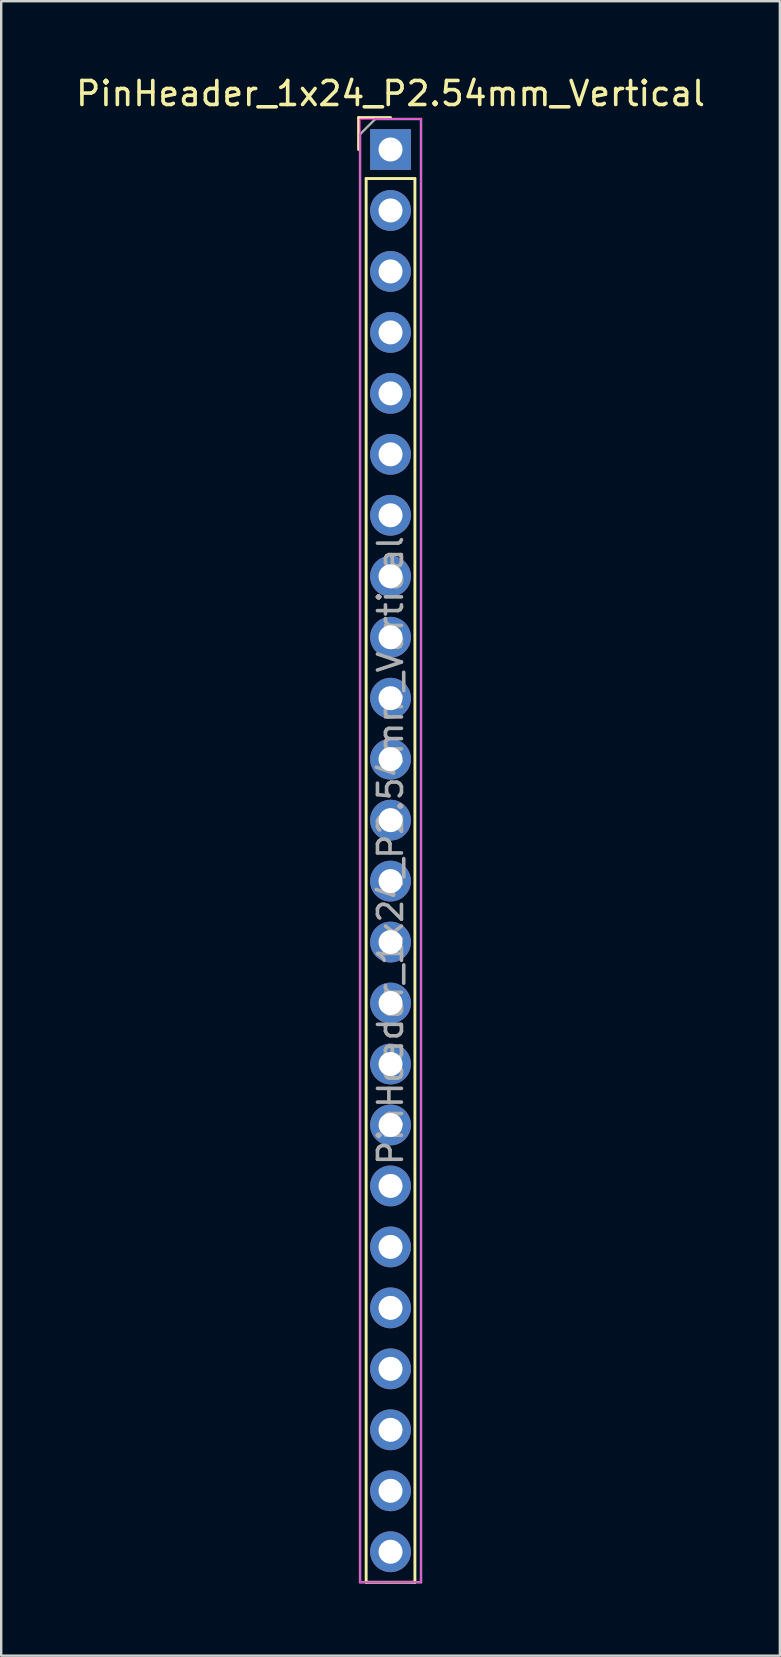
<source format=kicad_pcb>
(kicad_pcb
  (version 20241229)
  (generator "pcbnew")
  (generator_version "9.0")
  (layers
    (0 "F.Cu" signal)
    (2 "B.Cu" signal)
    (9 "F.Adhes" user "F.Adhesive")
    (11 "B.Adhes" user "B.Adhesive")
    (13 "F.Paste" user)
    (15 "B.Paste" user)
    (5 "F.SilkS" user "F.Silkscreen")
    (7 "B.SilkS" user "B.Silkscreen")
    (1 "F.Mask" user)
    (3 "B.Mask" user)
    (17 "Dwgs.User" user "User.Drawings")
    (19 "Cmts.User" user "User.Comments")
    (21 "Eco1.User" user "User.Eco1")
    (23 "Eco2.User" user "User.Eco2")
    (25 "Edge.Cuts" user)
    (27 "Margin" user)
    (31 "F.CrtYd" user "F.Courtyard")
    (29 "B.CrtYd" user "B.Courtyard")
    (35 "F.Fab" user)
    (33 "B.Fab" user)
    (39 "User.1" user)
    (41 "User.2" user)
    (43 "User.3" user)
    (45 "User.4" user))
  (footprint "PinHeader_1x24_P2.54mm_Vertical"
    (layer "F.Cu")
    (at 13.22 3.178)
    (property "Reference" "PinHeader_1x24_P2.54mm_Vertical" (at 0 -2.33 0) (layer "F.SilkS") (effects (font (size 1 1) (thickness 0.15))))
    (attr through_hole)
    (fp_line (start -1.33 -1.33) (end 0 -1.33) (stroke (width 0.12) (type solid)) (layer "F.SilkS"))
    (fp_line (start -1.33 0) (end -1.33 -1.33) (stroke (width 0.12) (type solid)) (layer "F.SilkS"))
    (fp_line (start -1.016 1.21) (end -1.016 59.69) (stroke (width 0.12) (type solid)) (layer "F.SilkS"))
    (fp_line (start -1.016 1.21) (end 1.016 1.21) (stroke (width 0.12) (type solid)) (layer "F.SilkS"))
    (fp_line (start -1.016 59.69) (end 1.016 59.69) (stroke (width 0.12) (type solid)) (layer "F.SilkS"))
    (fp_line (start 1.016 1.21) (end 1.016 59.69) (stroke (width 0.12) (type solid)) (layer "F.SilkS"))
    (fp_line (start -1.27 -1.265) (end -1.27 59.69) (stroke (width 0.05) (type solid)) (layer "F.CrtYd"))
    (fp_line (start -1.27 59.69) (end 1.27 59.68) (stroke (width 0.05) (type solid)) (layer "F.CrtYd"))
    (fp_line (start 1.27 -1.275) (end -1.27 -1.265) (stroke (width 0.05) (type solid)) (layer "F.CrtYd"))
    (fp_line (start 1.27 59.68) (end 1.27 -1.275) (stroke (width 0.05) (type solid)) (layer "F.CrtYd"))
    (fp_line (start -1.27 -0.635) (end -0.635 -1.27) (stroke (width 0.1) (type solid)) (layer "F.Fab"))
    (fp_line (start -1.27 59.69) (end -1.27 -0.635) (stroke (width 0.1) (type solid)) (layer "F.Fab"))
    (fp_line (start -0.635 -1.27) (end 1.27 -1.27) (stroke (width 0.1) (type solid)) (layer "F.Fab"))
    (fp_line (start 1.27 -1.27) (end 1.27 59.69) (stroke (width 0.1) (type solid)) (layer "F.Fab"))
    (fp_line (start 1.27 59.69) (end -1.27 59.69) (stroke (width 0.1) (type solid)) (layer "F.Fab"))
    (fp_text user "${REFERENCE}" (at 0 29.21 90) (layer "F.Fab") (effects (font (size 1 1) (thickness 0.15))))
    (pad "1" thru_hole rect (at 0 0) (size 1.7 1.7) (drill 1) (layers "*.Cu" "*.Mask"))
    (pad "2" thru_hole oval (at 0 2.54) (size 1.7 1.7) (drill 1) (layers "*.Cu" "*.Mask"))
    (pad "3" thru_hole oval (at 0 5.08) (size 1.7 1.7) (drill 1) (layers "*.Cu" "*.Mask"))
    (pad "4" thru_hole oval (at 0 7.62) (size 1.7 1.7) (drill 1) (layers "*.Cu" "*.Mask"))
    (pad "5" thru_hole oval (at 0 10.16) (size 1.7 1.7) (drill 1) (layers "*.Cu" "*.Mask"))
    (pad "6" thru_hole oval (at 0 12.7) (size 1.7 1.7) (drill 1) (layers "*.Cu" "*.Mask"))
    (pad "7" thru_hole oval (at 0 15.24) (size 1.7 1.7) (drill 1) (layers "*.Cu" "*.Mask"))
    (pad "8" thru_hole oval (at 0 17.78) (size 1.7 1.7) (drill 1) (layers "*.Cu" "*.Mask"))
    (pad "9" thru_hole oval (at 0 20.32) (size 1.7 1.7) (drill 1) (layers "*.Cu" "*.Mask"))
    (pad "10" thru_hole oval (at 0 22.86) (size 1.7 1.7) (drill 1) (layers "*.Cu" "*.Mask"))
    (pad "11" thru_hole oval (at 0 25.4) (size 1.7 1.7) (drill 1) (layers "*.Cu" "*.Mask"))
    (pad "12" thru_hole oval (at 0 27.94) (size 1.7 1.7) (drill 1) (layers "*.Cu" "*.Mask"))
    (pad "13" thru_hole oval (at 0 30.48) (size 1.7 1.7) (drill 1) (layers "*.Cu" "*.Mask"))
    (pad "14" thru_hole oval (at 0 33.02) (size 1.7 1.7) (drill 1) (layers "*.Cu" "*.Mask"))
    (pad "15" thru_hole oval (at 0 35.56) (size 1.7 1.7) (drill 1) (layers "*.Cu" "*.Mask"))
    (pad "16" thru_hole oval (at 0 38.1) (size 1.7 1.7) (drill 1) (layers "*.Cu" "*.Mask"))
    (pad "17" thru_hole oval (at 0 40.64) (size 1.7 1.7) (drill 1) (layers "*.Cu" "*.Mask"))
    (pad "18" thru_hole oval (at 0 43.18) (size 1.7 1.7) (drill 1) (layers "*.Cu" "*.Mask"))
    (pad "19" thru_hole oval (at 0 45.72) (size 1.7 1.7) (drill 1) (layers "*.Cu" "*.Mask"))
    (pad "20" thru_hole oval (at 0 48.26) (size 1.7 1.7) (drill 1) (layers "*.Cu" "*.Mask"))
    (pad "21" thru_hole oval (at 0 50.8) (size 1.7 1.7) (drill 1) (layers "*.Cu" "*.Mask"))
    (pad "22" thru_hole oval (at 0 53.34) (size 1.7 1.7) (drill 1) (layers "*.Cu" "*.Mask"))
    (pad "23" thru_hole oval (at 0 55.88) (size 1.7 1.7) (drill 1) (layers "*.Cu" "*.Mask"))
    (pad "24" thru_hole oval (at 0 58.42) (size 1.7 1.7) (drill 1) (layers "*.Cu" "*.Mask")))
  (gr_rect
    (start -3 -3)
    (end 29.44 65.928)
    (stroke (width 0.1) (type default))
    (fill no)
    (layer "Edge.Cuts")))
</source>
